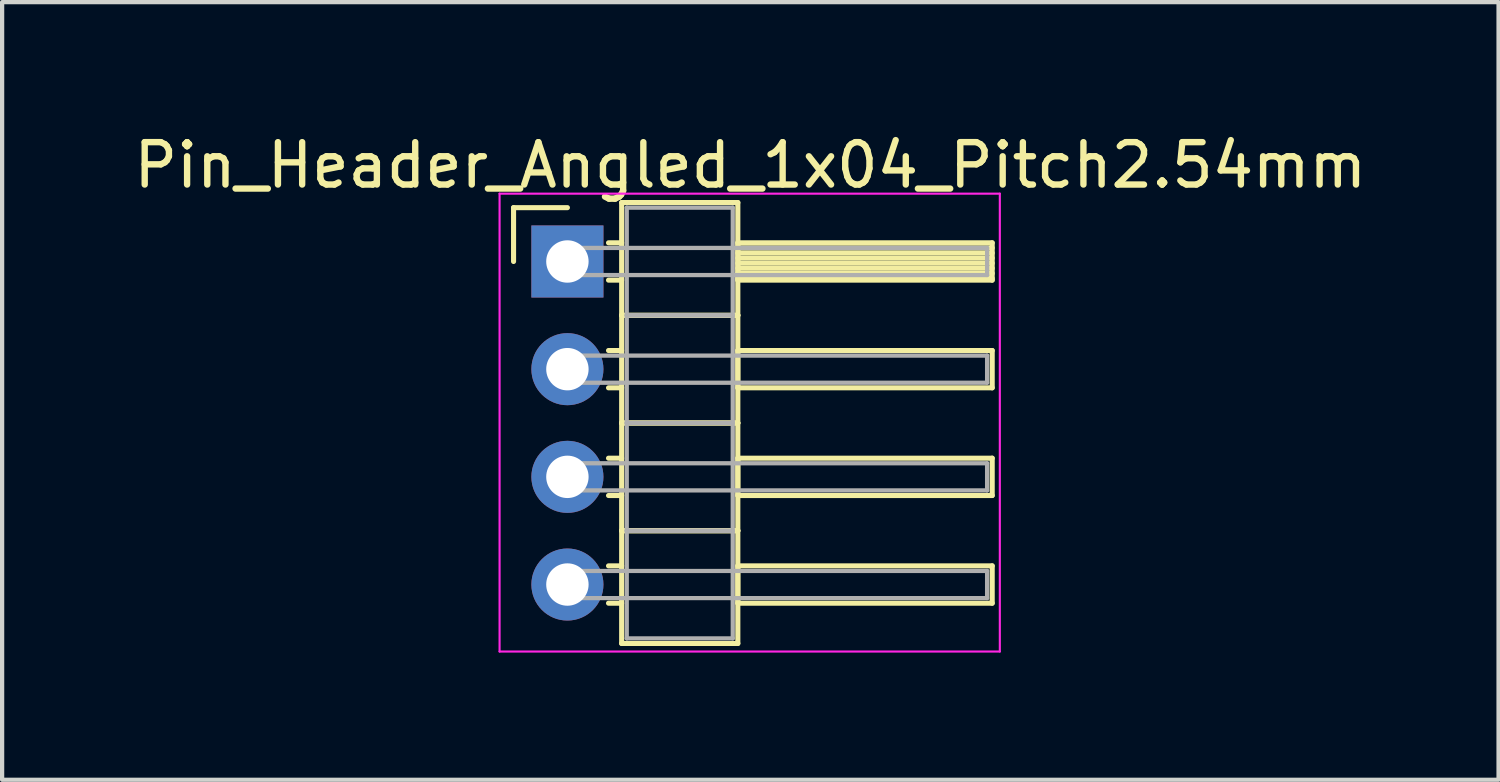
<source format=kicad_pcb>
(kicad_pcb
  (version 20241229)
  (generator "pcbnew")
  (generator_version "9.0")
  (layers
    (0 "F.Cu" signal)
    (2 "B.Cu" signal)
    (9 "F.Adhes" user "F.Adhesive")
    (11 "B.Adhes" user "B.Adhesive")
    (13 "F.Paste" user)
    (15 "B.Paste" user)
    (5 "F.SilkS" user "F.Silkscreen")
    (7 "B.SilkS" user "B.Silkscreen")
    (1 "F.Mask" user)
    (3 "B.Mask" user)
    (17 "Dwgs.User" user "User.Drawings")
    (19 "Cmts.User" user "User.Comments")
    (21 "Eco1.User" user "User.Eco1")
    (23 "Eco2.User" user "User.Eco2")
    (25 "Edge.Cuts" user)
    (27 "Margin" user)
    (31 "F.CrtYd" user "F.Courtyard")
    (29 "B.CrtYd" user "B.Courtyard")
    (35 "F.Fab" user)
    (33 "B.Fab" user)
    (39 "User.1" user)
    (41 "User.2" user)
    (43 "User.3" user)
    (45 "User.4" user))
  (footprint "Pin_Header_Angled_1x04_Pitch2.54mm"
    (layer "F.Cu")
    (at 10.334 3.118)
    (property "Reference" "Pin_Header_Angled_1x04_Pitch2.54mm" (at 4.315 -2.27 0) (layer "F.SilkS") (effects (font (size 1 1) (thickness 0.15))))
    (attr through_hole)
    (fp_line (start -1.27 -1.27) (end 0 -1.27) (stroke (width 0.12) (type solid)) (layer "F.SilkS"))
    (fp_line (start -1.27 0) (end -1.27 -1.27) (stroke (width 0.12) (type solid)) (layer "F.SilkS"))
    (fp_line (start 0.97 -0.44) (end 1.28 -0.44) (stroke (width 0.12) (type solid)) (layer "F.SilkS"))
    (fp_line (start 0.97 0.44) (end 1.28 0.44) (stroke (width 0.12) (type solid)) (layer "F.SilkS"))
    (fp_line (start 0.97 2.1) (end 1.28 2.1) (stroke (width 0.12) (type solid)) (layer "F.SilkS"))
    (fp_line (start 0.97 2.98) (end 1.28 2.98) (stroke (width 0.12) (type solid)) (layer "F.SilkS"))
    (fp_line (start 0.97 4.64) (end 1.28 4.64) (stroke (width 0.12) (type solid)) (layer "F.SilkS"))
    (fp_line (start 0.97 5.52) (end 1.28 5.52) (stroke (width 0.12) (type solid)) (layer "F.SilkS"))
    (fp_line (start 0.97 7.18) (end 1.28 7.18) (stroke (width 0.12) (type solid)) (layer "F.SilkS"))
    (fp_line (start 0.97 8.06) (end 1.28 8.06) (stroke (width 0.12) (type solid)) (layer "F.SilkS"))
    (fp_line (start 1.28 -1.39) (end 1.28 1.27) (stroke (width 0.12) (type solid)) (layer "F.SilkS"))
    (fp_line (start 1.28 1.27) (end 1.28 3.81) (stroke (width 0.12) (type solid)) (layer "F.SilkS"))
    (fp_line (start 1.28 1.27) (end 4.02 1.27) (stroke (width 0.12) (type solid)) (layer "F.SilkS"))
    (fp_line (start 1.28 3.81) (end 1.28 6.35) (stroke (width 0.12) (type solid)) (layer "F.SilkS"))
    (fp_line (start 1.28 3.81) (end 4.02 3.81) (stroke (width 0.12) (type solid)) (layer "F.SilkS"))
    (fp_line (start 1.28 6.35) (end 1.28 9.01) (stroke (width 0.12) (type solid)) (layer "F.SilkS"))
    (fp_line (start 1.28 6.35) (end 4.02 6.35) (stroke (width 0.12) (type solid)) (layer "F.SilkS"))
    (fp_line (start 1.28 9.01) (end 4.02 9.01) (stroke (width 0.12) (type solid)) (layer "F.SilkS"))
    (fp_line (start 4.02 -1.39) (end 1.28 -1.39) (stroke (width 0.12) (type solid)) (layer "F.SilkS"))
    (fp_line (start 4.02 -0.44) (end 4.02 0.44) (stroke (width 0.12) (type solid)) (layer "F.SilkS"))
    (fp_line (start 4.02 -0.32) (end 10.02 -0.32) (stroke (width 0.12) (type solid)) (layer "F.SilkS"))
    (fp_line (start 4.02 -0.2) (end 10.02 -0.2) (stroke (width 0.12) (type solid)) (layer "F.SilkS"))
    (fp_line (start 4.02 -0.08) (end 10.02 -0.08) (stroke (width 0.12) (type solid)) (layer "F.SilkS"))
    (fp_line (start 4.02 0.04) (end 10.02 0.04) (stroke (width 0.12) (type solid)) (layer "F.SilkS"))
    (fp_line (start 4.02 0.16) (end 10.02 0.16) (stroke (width 0.12) (type solid)) (layer "F.SilkS"))
    (fp_line (start 4.02 0.28) (end 10.02 0.28) (stroke (width 0.12) (type solid)) (layer "F.SilkS"))
    (fp_line (start 4.02 0.4) (end 10.02 0.4) (stroke (width 0.12) (type solid)) (layer "F.SilkS"))
    (fp_line (start 4.02 0.44) (end 10.02 0.44) (stroke (width 0.12) (type solid)) (layer "F.SilkS"))
    (fp_line (start 4.02 1.27) (end 1.28 1.27) (stroke (width 0.12) (type solid)) (layer "F.SilkS"))
    (fp_line (start 4.02 1.27) (end 4.02 -1.39) (stroke (width 0.12) (type solid)) (layer "F.SilkS"))
    (fp_line (start 4.02 2.1) (end 4.02 2.98) (stroke (width 0.12) (type solid)) (layer "F.SilkS"))
    (fp_line (start 4.02 2.98) (end 10.02 2.98) (stroke (width 0.12) (type solid)) (layer "F.SilkS"))
    (fp_line (start 4.02 3.81) (end 1.28 3.81) (stroke (width 0.12) (type solid)) (layer "F.SilkS"))
    (fp_line (start 4.02 3.81) (end 4.02 1.27) (stroke (width 0.12) (type solid)) (layer "F.SilkS"))
    (fp_line (start 4.02 4.64) (end 4.02 5.52) (stroke (width 0.12) (type solid)) (layer "F.SilkS"))
    (fp_line (start 4.02 5.52) (end 10.02 5.52) (stroke (width 0.12) (type solid)) (layer "F.SilkS"))
    (fp_line (start 4.02 6.35) (end 1.28 6.35) (stroke (width 0.12) (type solid)) (layer "F.SilkS"))
    (fp_line (start 4.02 6.35) (end 4.02 3.81) (stroke (width 0.12) (type solid)) (layer "F.SilkS"))
    (fp_line (start 4.02 7.18) (end 4.02 8.06) (stroke (width 0.12) (type solid)) (layer "F.SilkS"))
    (fp_line (start 4.02 8.06) (end 10.02 8.06) (stroke (width 0.12) (type solid)) (layer "F.SilkS"))
    (fp_line (start 4.02 9.01) (end 4.02 6.35) (stroke (width 0.12) (type solid)) (layer "F.SilkS"))
    (fp_line (start 10.02 -0.44) (end 4.02 -0.44) (stroke (width 0.12) (type solid)) (layer "F.SilkS"))
    (fp_line (start 10.02 0.44) (end 10.02 -0.44) (stroke (width 0.12) (type solid)) (layer "F.SilkS"))
    (fp_line (start 10.02 2.1) (end 4.02 2.1) (stroke (width 0.12) (type solid)) (layer "F.SilkS"))
    (fp_line (start 10.02 2.98) (end 10.02 2.1) (stroke (width 0.12) (type solid)) (layer "F.SilkS"))
    (fp_line (start 10.02 4.64) (end 4.02 4.64) (stroke (width 0.12) (type solid)) (layer "F.SilkS"))
    (fp_line (start 10.02 5.52) (end 10.02 4.64) (stroke (width 0.12) (type solid)) (layer "F.SilkS"))
    (fp_line (start 10.02 7.18) (end 4.02 7.18) (stroke (width 0.12) (type solid)) (layer "F.SilkS"))
    (fp_line (start 10.02 8.06) (end 10.02 7.18) (stroke (width 0.12) (type solid)) (layer "F.SilkS"))
    (fp_line (start -1.6 -1.6) (end -1.6 9.2) (stroke (width 0.05) (type solid)) (layer "F.CrtYd"))
    (fp_line (start -1.6 9.2) (end 10.2 9.2) (stroke (width 0.05) (type solid)) (layer "F.CrtYd"))
    (fp_line (start 10.2 -1.6) (end -1.6 -1.6) (stroke (width 0.05) (type solid)) (layer "F.CrtYd"))
    (fp_line (start 10.2 9.2) (end 10.2 -1.6) (stroke (width 0.05) (type solid)) (layer "F.CrtYd"))
    (fp_line (start 0 -0.32) (end 0 0.32) (stroke (width 0.1) (type solid)) (layer "F.Fab"))
    (fp_line (start 0 0.32) (end 9.9 0.32) (stroke (width 0.1) (type solid)) (layer "F.Fab"))
    (fp_line (start 0 2.22) (end 0 2.86) (stroke (width 0.1) (type solid)) (layer "F.Fab"))
    (fp_line (start 0 2.86) (end 9.9 2.86) (stroke (width 0.1) (type solid)) (layer "F.Fab"))
    (fp_line (start 0 4.76) (end 0 5.4) (stroke (width 0.1) (type solid)) (layer "F.Fab"))
    (fp_line (start 0 5.4) (end 9.9 5.4) (stroke (width 0.1) (type solid)) (layer "F.Fab"))
    (fp_line (start 0 7.3) (end 0 7.94) (stroke (width 0.1) (type solid)) (layer "F.Fab"))
    (fp_line (start 0 7.94) (end 9.9 7.94) (stroke (width 0.1) (type solid)) (layer "F.Fab"))
    (fp_line (start 1.4 -1.27) (end 1.4 1.27) (stroke (width 0.1) (type solid)) (layer "F.Fab"))
    (fp_line (start 1.4 1.27) (end 1.4 3.81) (stroke (width 0.1) (type solid)) (layer "F.Fab"))
    (fp_line (start 1.4 1.27) (end 3.9 1.27) (stroke (width 0.1) (type solid)) (layer "F.Fab"))
    (fp_line (start 1.4 3.81) (end 1.4 6.35) (stroke (width 0.1) (type solid)) (layer "F.Fab"))
    (fp_line (start 1.4 3.81) (end 3.9 3.81) (stroke (width 0.1) (type solid)) (layer "F.Fab"))
    (fp_line (start 1.4 6.35) (end 1.4 8.89) (stroke (width 0.1) (type solid)) (layer "F.Fab"))
    (fp_line (start 1.4 6.35) (end 3.9 6.35) (stroke (width 0.1) (type solid)) (layer "F.Fab"))
    (fp_line (start 1.4 8.89) (end 3.9 8.89) (stroke (width 0.1) (type solid)) (layer "F.Fab"))
    (fp_line (start 3.9 -1.27) (end 1.4 -1.27) (stroke (width 0.1) (type solid)) (layer "F.Fab"))
    (fp_line (start 3.9 1.27) (end 1.4 1.27) (stroke (width 0.1) (type solid)) (layer "F.Fab"))
    (fp_line (start 3.9 1.27) (end 3.9 -1.27) (stroke (width 0.1) (type solid)) (layer "F.Fab"))
    (fp_line (start 3.9 3.81) (end 1.4 3.81) (stroke (width 0.1) (type solid)) (layer "F.Fab"))
    (fp_line (start 3.9 3.81) (end 3.9 1.27) (stroke (width 0.1) (type solid)) (layer "F.Fab"))
    (fp_line (start 3.9 6.35) (end 1.4 6.35) (stroke (width 0.1) (type solid)) (layer "F.Fab"))
    (fp_line (start 3.9 6.35) (end 3.9 3.81) (stroke (width 0.1) (type solid)) (layer "F.Fab"))
    (fp_line (start 3.9 8.89) (end 3.9 6.35) (stroke (width 0.1) (type solid)) (layer "F.Fab"))
    (fp_line (start 9.9 -0.32) (end 0 -0.32) (stroke (width 0.1) (type solid)) (layer "F.Fab"))
    (fp_line (start 9.9 0.32) (end 9.9 -0.32) (stroke (width 0.1) (type solid)) (layer "F.Fab"))
    (fp_line (start 9.9 2.22) (end 0 2.22) (stroke (width 0.1) (type solid)) (layer "F.Fab"))
    (fp_line (start 9.9 2.86) (end 9.9 2.22) (stroke (width 0.1) (type solid)) (layer "F.Fab"))
    (fp_line (start 9.9 4.76) (end 0 4.76) (stroke (width 0.1) (type solid)) (layer "F.Fab"))
    (fp_line (start 9.9 5.4) (end 9.9 4.76) (stroke (width 0.1) (type solid)) (layer "F.Fab"))
    (fp_line (start 9.9 7.3) (end 0 7.3) (stroke (width 0.1) (type solid)) (layer "F.Fab"))
    (fp_line (start 9.9 7.94) (end 9.9 7.3) (stroke (width 0.1) (type solid)) (layer "F.Fab"))
    (pad "1" thru_hole rect (at 0 0) (size 1.7 1.7) (drill 1) (layers "*.Cu" "*.Mask"))
    (pad "2" thru_hole oval (at 0 2.54) (size 1.7 1.7) (drill 1) (layers "*.Cu" "*.Mask"))
    (pad "3" thru_hole oval (at 0 5.08) (size 1.7 1.7) (drill 1) (layers "*.Cu" "*.Mask"))
    (pad "4" thru_hole oval (at 0 7.62) (size 1.7 1.7) (drill 1) (layers "*.Cu" "*.Mask")))
  (gr_rect
    (start -3 -3)
    (end 32.298 15.343)
    (stroke (width 0.1) (type default))
    (fill no)
    (layer "Edge.Cuts")))
</source>
